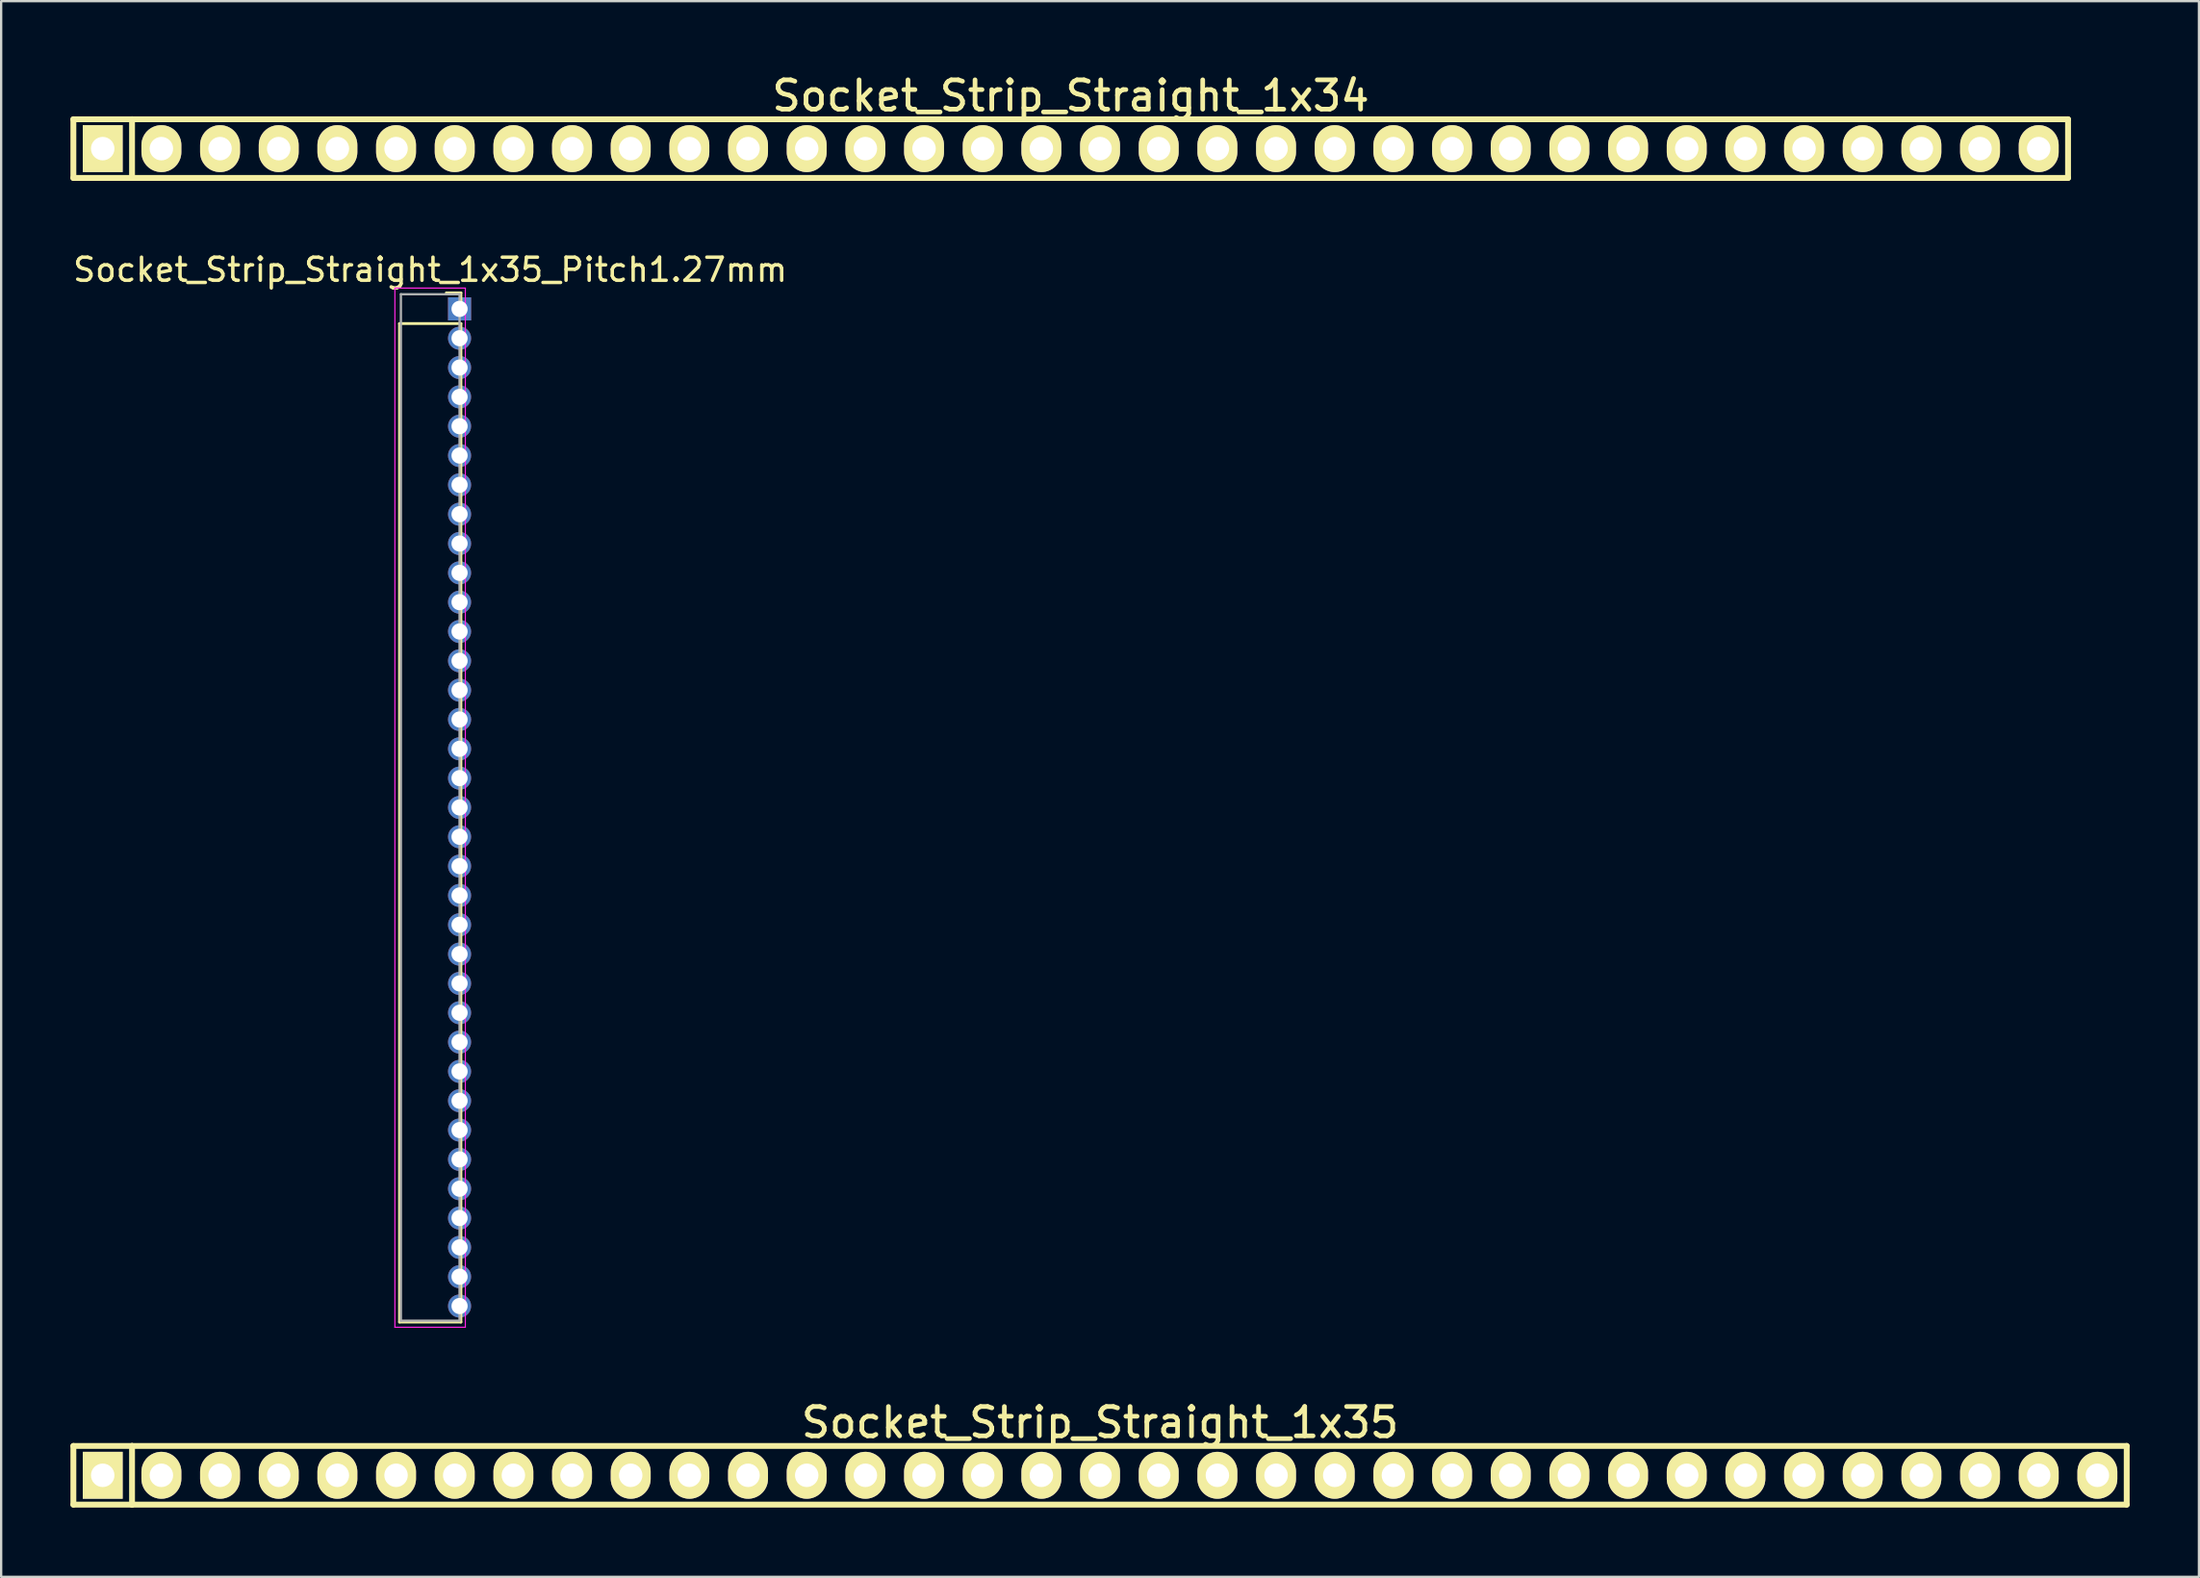
<source format=kicad_pcb>
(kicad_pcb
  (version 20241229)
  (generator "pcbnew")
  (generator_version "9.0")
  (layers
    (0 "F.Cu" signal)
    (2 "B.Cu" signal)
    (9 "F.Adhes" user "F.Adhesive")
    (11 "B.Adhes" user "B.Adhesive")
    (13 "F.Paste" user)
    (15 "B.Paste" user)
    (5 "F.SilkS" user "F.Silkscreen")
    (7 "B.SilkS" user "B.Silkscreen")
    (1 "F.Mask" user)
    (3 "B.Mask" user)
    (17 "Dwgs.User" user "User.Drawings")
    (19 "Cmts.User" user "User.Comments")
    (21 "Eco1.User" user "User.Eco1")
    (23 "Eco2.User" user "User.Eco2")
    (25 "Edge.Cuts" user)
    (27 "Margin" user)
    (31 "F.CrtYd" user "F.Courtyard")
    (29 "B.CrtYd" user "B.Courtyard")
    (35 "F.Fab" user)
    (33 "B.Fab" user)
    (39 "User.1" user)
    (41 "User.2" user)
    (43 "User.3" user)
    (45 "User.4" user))
  (footprint "Socket_Strip_Straight_1x35_Pitch1.27mm"
    (layer "F.Cu")
    (at 16.847 10.326)
    (property "Reference" "Socket_Strip_Straight_1x35_Pitch1.27mm" (at -1.27 -1.695 0) (layer "F.SilkS") (effects (font (size 1 1) (thickness 0.15))))
    (attr through_hole)
    (fp_line (start -2.6 0.635) (end -2.6 43.875) (stroke (width 0.12) (type solid)) (layer "F.SilkS"))
    (fp_line (start -2.6 43.875) (end 0.06 43.875) (stroke (width 0.12) (type solid)) (layer "F.SilkS"))
    (fp_line (start 0.06 -0.695) (end -0.575 -0.695) (stroke (width 0.12) (type solid)) (layer "F.SilkS"))
    (fp_line (start 0.06 0) (end 0.06 -0.695) (stroke (width 0.12) (type solid)) (layer "F.SilkS"))
    (fp_line (start 0.06 0.635) (end -2.6 0.635) (stroke (width 0.12) (type solid)) (layer "F.SilkS"))
    (fp_line (start 0.06 43.875) (end 0.06 0.635) (stroke (width 0.12) (type solid)) (layer "F.SilkS"))
    (fp_line (start -2.8 -0.9) (end -2.8 44.1) (stroke (width 0.05) (type solid)) (layer "F.CrtYd"))
    (fp_line (start -2.8 44.1) (end 0.25 44.1) (stroke (width 0.05) (type solid)) (layer "F.CrtYd"))
    (fp_line (start 0.25 -0.9) (end -2.8 -0.9) (stroke (width 0.05) (type solid)) (layer "F.CrtYd"))
    (fp_line (start 0.25 44.1) (end 0.25 -0.9) (stroke (width 0.05) (type solid)) (layer "F.CrtYd"))
    (fp_line (start -2.54 -0.635) (end -2.54 43.815) (stroke (width 0.1) (type solid)) (layer "F.Fab"))
    (fp_line (start -2.54 43.815) (end 0 43.815) (stroke (width 0.1) (type solid)) (layer "F.Fab"))
    (fp_line (start 0 -0.635) (end -2.54 -0.635) (stroke (width 0.1) (type solid)) (layer "F.Fab"))
    (fp_line (start 0 43.815) (end 0 -0.635) (stroke (width 0.1) (type solid)) (layer "F.Fab"))
    (pad "1" thru_hole rect (at 0 0) (size 1 1) (drill 0.7) (layers "*.Cu" "*.Mask"))
    (pad "2" thru_hole oval (at 0 1.27) (size 1 1) (drill 0.7) (layers "*.Cu" "*.Mask"))
    (pad "3" thru_hole oval (at 0 2.54) (size 1 1) (drill 0.7) (layers "*.Cu" "*.Mask"))
    (pad "4" thru_hole oval (at 0 3.81) (size 1 1) (drill 0.7) (layers "*.Cu" "*.Mask"))
    (pad "5" thru_hole oval (at 0 5.08) (size 1 1) (drill 0.7) (layers "*.Cu" "*.Mask"))
    (pad "6" thru_hole oval (at 0 6.35) (size 1 1) (drill 0.7) (layers "*.Cu" "*.Mask"))
    (pad "7" thru_hole oval (at 0 7.62) (size 1 1) (drill 0.7) (layers "*.Cu" "*.Mask"))
    (pad "8" thru_hole oval (at 0 8.89) (size 1 1) (drill 0.7) (layers "*.Cu" "*.Mask"))
    (pad "9" thru_hole oval (at 0 10.16) (size 1 1) (drill 0.7) (layers "*.Cu" "*.Mask"))
    (pad "10" thru_hole oval (at 0 11.43) (size 1 1) (drill 0.7) (layers "*.Cu" "*.Mask"))
    (pad "11" thru_hole oval (at 0 12.7) (size 1 1) (drill 0.7) (layers "*.Cu" "*.Mask"))
    (pad "12" thru_hole oval (at 0 13.97) (size 1 1) (drill 0.7) (layers "*.Cu" "*.Mask"))
    (pad "13" thru_hole oval (at 0 15.24) (size 1 1) (drill 0.7) (layers "*.Cu" "*.Mask"))
    (pad "14" thru_hole oval (at 0 16.51) (size 1 1) (drill 0.7) (layers "*.Cu" "*.Mask"))
    (pad "15" thru_hole oval (at 0 17.78) (size 1 1) (drill 0.7) (layers "*.Cu" "*.Mask"))
    (pad "16" thru_hole oval (at 0 19.05) (size 1 1) (drill 0.7) (layers "*.Cu" "*.Mask"))
    (pad "17" thru_hole oval (at 0 20.32) (size 1 1) (drill 0.7) (layers "*.Cu" "*.Mask"))
    (pad "18" thru_hole oval (at 0 21.59) (size 1 1) (drill 0.7) (layers "*.Cu" "*.Mask"))
    (pad "19" thru_hole oval (at 0 22.86) (size 1 1) (drill 0.7) (layers "*.Cu" "*.Mask"))
    (pad "20" thru_hole oval (at 0 24.13) (size 1 1) (drill 0.7) (layers "*.Cu" "*.Mask"))
    (pad "21" thru_hole oval (at 0 25.4) (size 1 1) (drill 0.7) (layers "*.Cu" "*.Mask"))
    (pad "22" thru_hole oval (at 0 26.67) (size 1 1) (drill 0.7) (layers "*.Cu" "*.Mask"))
    (pad "23" thru_hole oval (at 0 27.94) (size 1 1) (drill 0.7) (layers "*.Cu" "*.Mask"))
    (pad "24" thru_hole oval (at 0 29.21) (size 1 1) (drill 0.7) (layers "*.Cu" "*.Mask"))
    (pad "25" thru_hole oval (at 0 30.48) (size 1 1) (drill 0.7) (layers "*.Cu" "*.Mask"))
    (pad "26" thru_hole oval (at 0 31.75) (size 1 1) (drill 0.7) (layers "*.Cu" "*.Mask"))
    (pad "27" thru_hole oval (at 0 33.02) (size 1 1) (drill 0.7) (layers "*.Cu" "*.Mask"))
    (pad "28" thru_hole oval (at 0 34.29) (size 1 1) (drill 0.7) (layers "*.Cu" "*.Mask"))
    (pad "29" thru_hole oval (at 0 35.56) (size 1 1) (drill 0.7) (layers "*.Cu" "*.Mask"))
    (pad "30" thru_hole oval (at 0 36.83) (size 1 1) (drill 0.7) (layers "*.Cu" "*.Mask"))
    (pad "31" thru_hole oval (at 0 38.1) (size 1 1) (drill 0.7) (layers "*.Cu" "*.Mask"))
    (pad "32" thru_hole oval (at 0 39.37) (size 1 1) (drill 0.7) (layers "*.Cu" "*.Mask"))
    (pad "33" thru_hole oval (at 0 40.64) (size 1 1) (drill 0.7) (layers "*.Cu" "*.Mask"))
    (pad "34" thru_hole oval (at 0 41.91) (size 1 1) (drill 0.7) (layers "*.Cu" "*.Mask"))
    (pad "35" thru_hole oval (at 0 43.18) (size 1 1) (drill 0.7) (layers "*.Cu" "*.Mask")))
  (footprint "Socket_Strip_Straight_1x35"
    (layer "F.Cu")
    (at 44.577 60.836)
    (property "Reference" "Socket_Strip_Straight_1x35" (at 0 -2.286 0) (layer "F.SilkS") (effects (font (size 1.27 1.27) (thickness 0.203))))
    (attr through_hole)
    (fp_line (start -44.45 -1.27) (end -44.45 1.27) (stroke (width 0.254) (type solid)) (layer "F.SilkS"))
    (fp_line (start -44.45 -1.27) (end -41.91 -1.27) (stroke (width 0.254) (type solid)) (layer "F.SilkS"))
    (fp_line (start -44.45 1.27) (end -41.91 1.27) (stroke (width 0.254) (type solid)) (layer "F.SilkS"))
    (fp_line (start -41.91 -1.27) (end -41.91 1.27) (stroke (width 0.254) (type solid)) (layer "F.SilkS"))
    (fp_line (start -41.91 1.27) (end 44.45 1.27) (stroke (width 0.254) (type solid)) (layer "F.SilkS"))
    (fp_line (start 44.45 -1.27) (end -41.91 -1.27) (stroke (width 0.254) (type solid)) (layer "F.SilkS"))
    (fp_line (start 44.45 1.27) (end 44.45 -1.27) (stroke (width 0.254) (type solid)) (layer "F.SilkS"))
    (pad "1" thru_hole rect (at -43.18 0) (size 1.727 2.032) (drill 1.016) (layers "*.Cu" "*.Mask" "F.SilkS"))
    (pad "2" thru_hole oval (at -40.64 0) (size 1.727 2.032) (drill 1.016) (layers "*.Cu" "*.Mask" "F.SilkS"))
    (pad "3" thru_hole oval (at -38.1 0) (size 1.727 2.032) (drill 1.016) (layers "*.Cu" "*.Mask" "F.SilkS"))
    (pad "4" thru_hole oval (at -35.56 0) (size 1.727 2.032) (drill 1.016) (layers "*.Cu" "*.Mask" "F.SilkS"))
    (pad "5" thru_hole oval (at -33.02 0) (size 1.727 2.032) (drill 1.016) (layers "*.Cu" "*.Mask" "F.SilkS"))
    (pad "6" thru_hole oval (at -30.48 0) (size 1.727 2.032) (drill 1.016) (layers "*.Cu" "*.Mask" "F.SilkS"))
    (pad "7" thru_hole oval (at -27.94 0) (size 1.727 2.032) (drill 1.016) (layers "*.Cu" "*.Mask" "F.SilkS"))
    (pad "8" thru_hole oval (at -25.4 0) (size 1.727 2.032) (drill 1.016) (layers "*.Cu" "*.Mask" "F.SilkS"))
    (pad "9" thru_hole oval (at -22.86 0) (size 1.727 2.032) (drill 1.016) (layers "*.Cu" "*.Mask" "F.SilkS"))
    (pad "10" thru_hole oval (at -20.32 0) (size 1.727 2.032) (drill 1.016) (layers "*.Cu" "*.Mask" "F.SilkS"))
    (pad "11" thru_hole oval (at -17.78 0) (size 1.727 2.032) (drill 1.016) (layers "*.Cu" "*.Mask" "F.SilkS"))
    (pad "12" thru_hole oval (at -15.24 0) (size 1.727 2.032) (drill 1.016) (layers "*.Cu" "*.Mask" "F.SilkS"))
    (pad "13" thru_hole oval (at -12.7 0) (size 1.727 2.032) (drill 1.016) (layers "*.Cu" "*.Mask" "F.SilkS"))
    (pad "14" thru_hole oval (at -10.16 0) (size 1.727 2.032) (drill 1.016) (layers "*.Cu" "*.Mask" "F.SilkS"))
    (pad "15" thru_hole oval (at -7.62 0) (size 1.727 2.032) (drill 1.016) (layers "*.Cu" "*.Mask" "F.SilkS"))
    (pad "16" thru_hole oval (at -5.08 0) (size 1.727 2.032) (drill 1.016) (layers "*.Cu" "*.Mask" "F.SilkS"))
    (pad "17" thru_hole oval (at -2.54 0) (size 1.727 2.032) (drill 1.016) (layers "*.Cu" "*.Mask" "F.SilkS"))
    (pad "18" thru_hole oval (at 0 0) (size 1.727 2.032) (drill 1.016) (layers "*.Cu" "*.Mask" "F.SilkS"))
    (pad "19" thru_hole oval (at 2.54 0) (size 1.727 2.032) (drill 1.016) (layers "*.Cu" "*.Mask" "F.SilkS"))
    (pad "20" thru_hole oval (at 5.08 0) (size 1.727 2.032) (drill 1.016) (layers "*.Cu" "*.Mask" "F.SilkS"))
    (pad "21" thru_hole oval (at 7.62 0) (size 1.727 2.032) (drill 1.016) (layers "*.Cu" "*.Mask" "F.SilkS"))
    (pad "22" thru_hole oval (at 10.16 0) (size 1.727 2.032) (drill 1.016) (layers "*.Cu" "*.Mask" "F.SilkS"))
    (pad "23" thru_hole oval (at 12.7 0) (size 1.727 2.032) (drill 1.016) (layers "*.Cu" "*.Mask" "F.SilkS"))
    (pad "24" thru_hole oval (at 15.24 0) (size 1.727 2.032) (drill 1.016) (layers "*.Cu" "*.Mask" "F.SilkS"))
    (pad "25" thru_hole oval (at 17.78 0) (size 1.727 2.032) (drill 1.016) (layers "*.Cu" "*.Mask" "F.SilkS"))
    (pad "26" thru_hole oval (at 20.32 0) (size 1.727 2.032) (drill 1.016) (layers "*.Cu" "*.Mask" "F.SilkS"))
    (pad "27" thru_hole oval (at 22.86 0) (size 1.727 2.032) (drill 1.016) (layers "*.Cu" "*.Mask" "F.SilkS"))
    (pad "28" thru_hole oval (at 25.4 0) (size 1.727 2.032) (drill 1.016) (layers "*.Cu" "*.Mask" "F.SilkS"))
    (pad "29" thru_hole oval (at 27.94 0) (size 1.727 2.032) (drill 1.016) (layers "*.Cu" "*.Mask" "F.SilkS"))
    (pad "30" thru_hole oval (at 30.48 0) (size 1.727 2.032) (drill 1.016) (layers "*.Cu" "*.Mask" "F.SilkS"))
    (pad "31" thru_hole oval (at 33.02 0) (size 1.727 2.032) (drill 1.016) (layers "*.Cu" "*.Mask" "F.SilkS"))
    (pad "32" thru_hole oval (at 35.56 0) (size 1.727 2.032) (drill 1.016) (layers "*.Cu" "*.Mask" "F.SilkS"))
    (pad "33" thru_hole oval (at 38.1 0) (size 1.727 2.032) (drill 1.016) (layers "*.Cu" "*.Mask" "F.SilkS"))
    (pad "34" thru_hole oval (at 40.64 0) (size 1.727 2.032) (drill 1.016) (layers "*.Cu" "*.Mask" "F.SilkS"))
    (pad "35" thru_hole oval (at 43.18 0) (size 1.727 2.032) (drill 1.016) (layers "*.Cu" "*.Mask" "F.SilkS")))
  (footprint "Socket_Strip_Straight_1x34"
    (layer "F.Cu")
    (at 43.307 3.386)
    (property "Reference" "Socket_Strip_Straight_1x34" (at 0 -2.286 0) (layer "F.SilkS") (effects (font (size 1.27 1.27) (thickness 0.203))))
    (attr through_hole)
    (fp_line (start -43.18 -1.27) (end -43.18 1.27) (stroke (width 0.254) (type solid)) (layer "F.SilkS"))
    (fp_line (start -43.18 -1.27) (end -40.64 -1.27) (stroke (width 0.254) (type solid)) (layer "F.SilkS"))
    (fp_line (start -43.18 1.27) (end -40.64 1.27) (stroke (width 0.254) (type solid)) (layer "F.SilkS"))
    (fp_line (start -40.64 -1.27) (end -40.64 1.27) (stroke (width 0.254) (type solid)) (layer "F.SilkS"))
    (fp_line (start -40.64 1.27) (end 43.18 1.27) (stroke (width 0.254) (type solid)) (layer "F.SilkS"))
    (fp_line (start 43.18 -1.27) (end -40.64 -1.27) (stroke (width 0.254) (type solid)) (layer "F.SilkS"))
    (fp_line (start 43.18 1.27) (end 43.18 -1.27) (stroke (width 0.254) (type solid)) (layer "F.SilkS"))
    (pad "1" thru_hole rect (at -41.91 0) (size 1.727 2.032) (drill 1.016) (layers "*.Cu" "*.Mask" "F.SilkS"))
    (pad "2" thru_hole oval (at -39.37 0) (size 1.727 2.032) (drill 1.016) (layers "*.Cu" "*.Mask" "F.SilkS"))
    (pad "3" thru_hole oval (at -36.83 0) (size 1.727 2.032) (drill 1.016) (layers "*.Cu" "*.Mask" "F.SilkS"))
    (pad "4" thru_hole oval (at -34.29 0) (size 1.727 2.032) (drill 1.016) (layers "*.Cu" "*.Mask" "F.SilkS"))
    (pad "5" thru_hole oval (at -31.75 0) (size 1.727 2.032) (drill 1.016) (layers "*.Cu" "*.Mask" "F.SilkS"))
    (pad "6" thru_hole oval (at -29.21 0) (size 1.727 2.032) (drill 1.016) (layers "*.Cu" "*.Mask" "F.SilkS"))
    (pad "7" thru_hole oval (at -26.67 0) (size 1.727 2.032) (drill 1.016) (layers "*.Cu" "*.Mask" "F.SilkS"))
    (pad "8" thru_hole oval (at -24.13 0) (size 1.727 2.032) (drill 1.016) (layers "*.Cu" "*.Mask" "F.SilkS"))
    (pad "9" thru_hole oval (at -21.59 0) (size 1.727 2.032) (drill 1.016) (layers "*.Cu" "*.Mask" "F.SilkS"))
    (pad "10" thru_hole oval (at -19.05 0) (size 1.727 2.032) (drill 1.016) (layers "*.Cu" "*.Mask" "F.SilkS"))
    (pad "11" thru_hole oval (at -16.51 0) (size 1.727 2.032) (drill 1.016) (layers "*.Cu" "*.Mask" "F.SilkS"))
    (pad "12" thru_hole oval (at -13.97 0) (size 1.727 2.032) (drill 1.016) (layers "*.Cu" "*.Mask" "F.SilkS"))
    (pad "13" thru_hole oval (at -11.43 0) (size 1.727 2.032) (drill 1.016) (layers "*.Cu" "*.Mask" "F.SilkS"))
    (pad "14" thru_hole oval (at -8.89 0) (size 1.727 2.032) (drill 1.016) (layers "*.Cu" "*.Mask" "F.SilkS"))
    (pad "15" thru_hole oval (at -6.35 0) (size 1.727 2.032) (drill 1.016) (layers "*.Cu" "*.Mask" "F.SilkS"))
    (pad "16" thru_hole oval (at -3.81 0) (size 1.727 2.032) (drill 1.016) (layers "*.Cu" "*.Mask" "F.SilkS"))
    (pad "17" thru_hole oval (at -1.27 0) (size 1.727 2.032) (drill 1.016) (layers "*.Cu" "*.Mask" "F.SilkS"))
    (pad "18" thru_hole oval (at 1.27 0) (size 1.727 2.032) (drill 1.016) (layers "*.Cu" "*.Mask" "F.SilkS"))
    (pad "19" thru_hole oval (at 3.81 0) (size 1.727 2.032) (drill 1.016) (layers "*.Cu" "*.Mask" "F.SilkS"))
    (pad "20" thru_hole oval (at 6.35 0) (size 1.727 2.032) (drill 1.016) (layers "*.Cu" "*.Mask" "F.SilkS"))
    (pad "21" thru_hole oval (at 8.89 0) (size 1.727 2.032) (drill 1.016) (layers "*.Cu" "*.Mask" "F.SilkS"))
    (pad "22" thru_hole oval (at 11.43 0) (size 1.727 2.032) (drill 1.016) (layers "*.Cu" "*.Mask" "F.SilkS"))
    (pad "23" thru_hole oval (at 13.97 0) (size 1.727 2.032) (drill 1.016) (layers "*.Cu" "*.Mask" "F.SilkS"))
    (pad "24" thru_hole oval (at 16.51 0) (size 1.727 2.032) (drill 1.016) (layers "*.Cu" "*.Mask" "F.SilkS"))
    (pad "25" thru_hole oval (at 19.05 0) (size 1.727 2.032) (drill 1.016) (layers "*.Cu" "*.Mask" "F.SilkS"))
    (pad "26" thru_hole oval (at 21.59 0) (size 1.727 2.032) (drill 1.016) (layers "*.Cu" "*.Mask" "F.SilkS"))
    (pad "27" thru_hole oval (at 24.13 0) (size 1.727 2.032) (drill 1.016) (layers "*.Cu" "*.Mask" "F.SilkS"))
    (pad "28" thru_hole oval (at 26.67 0) (size 1.727 2.032) (drill 1.016) (layers "*.Cu" "*.Mask" "F.SilkS"))
    (pad "29" thru_hole oval (at 29.21 0) (size 1.727 2.032) (drill 1.016) (layers "*.Cu" "*.Mask" "F.SilkS"))
    (pad "30" thru_hole oval (at 31.75 0) (size 1.727 2.032) (drill 1.016) (layers "*.Cu" "*.Mask" "F.SilkS"))
    (pad "31" thru_hole oval (at 34.29 0) (size 1.727 2.032) (drill 1.016) (layers "*.Cu" "*.Mask" "F.SilkS"))
    (pad "32" thru_hole oval (at 36.83 0) (size 1.727 2.032) (drill 1.016) (layers "*.Cu" "*.Mask" "F.SilkS"))
    (pad "33" thru_hole oval (at 39.37 0) (size 1.727 2.032) (drill 1.016) (layers "*.Cu" "*.Mask" "F.SilkS"))
    (pad "34" thru_hole oval (at 41.91 0) (size 1.727 2.032) (drill 1.016) (layers "*.Cu" "*.Mask" "F.SilkS")))
  (gr_rect
    (start -3 -3)
    (end 92.154 65.233)
    (stroke (width 0.1) (type default))
    (fill no)
    (layer "Edge.Cuts")))
</source>
